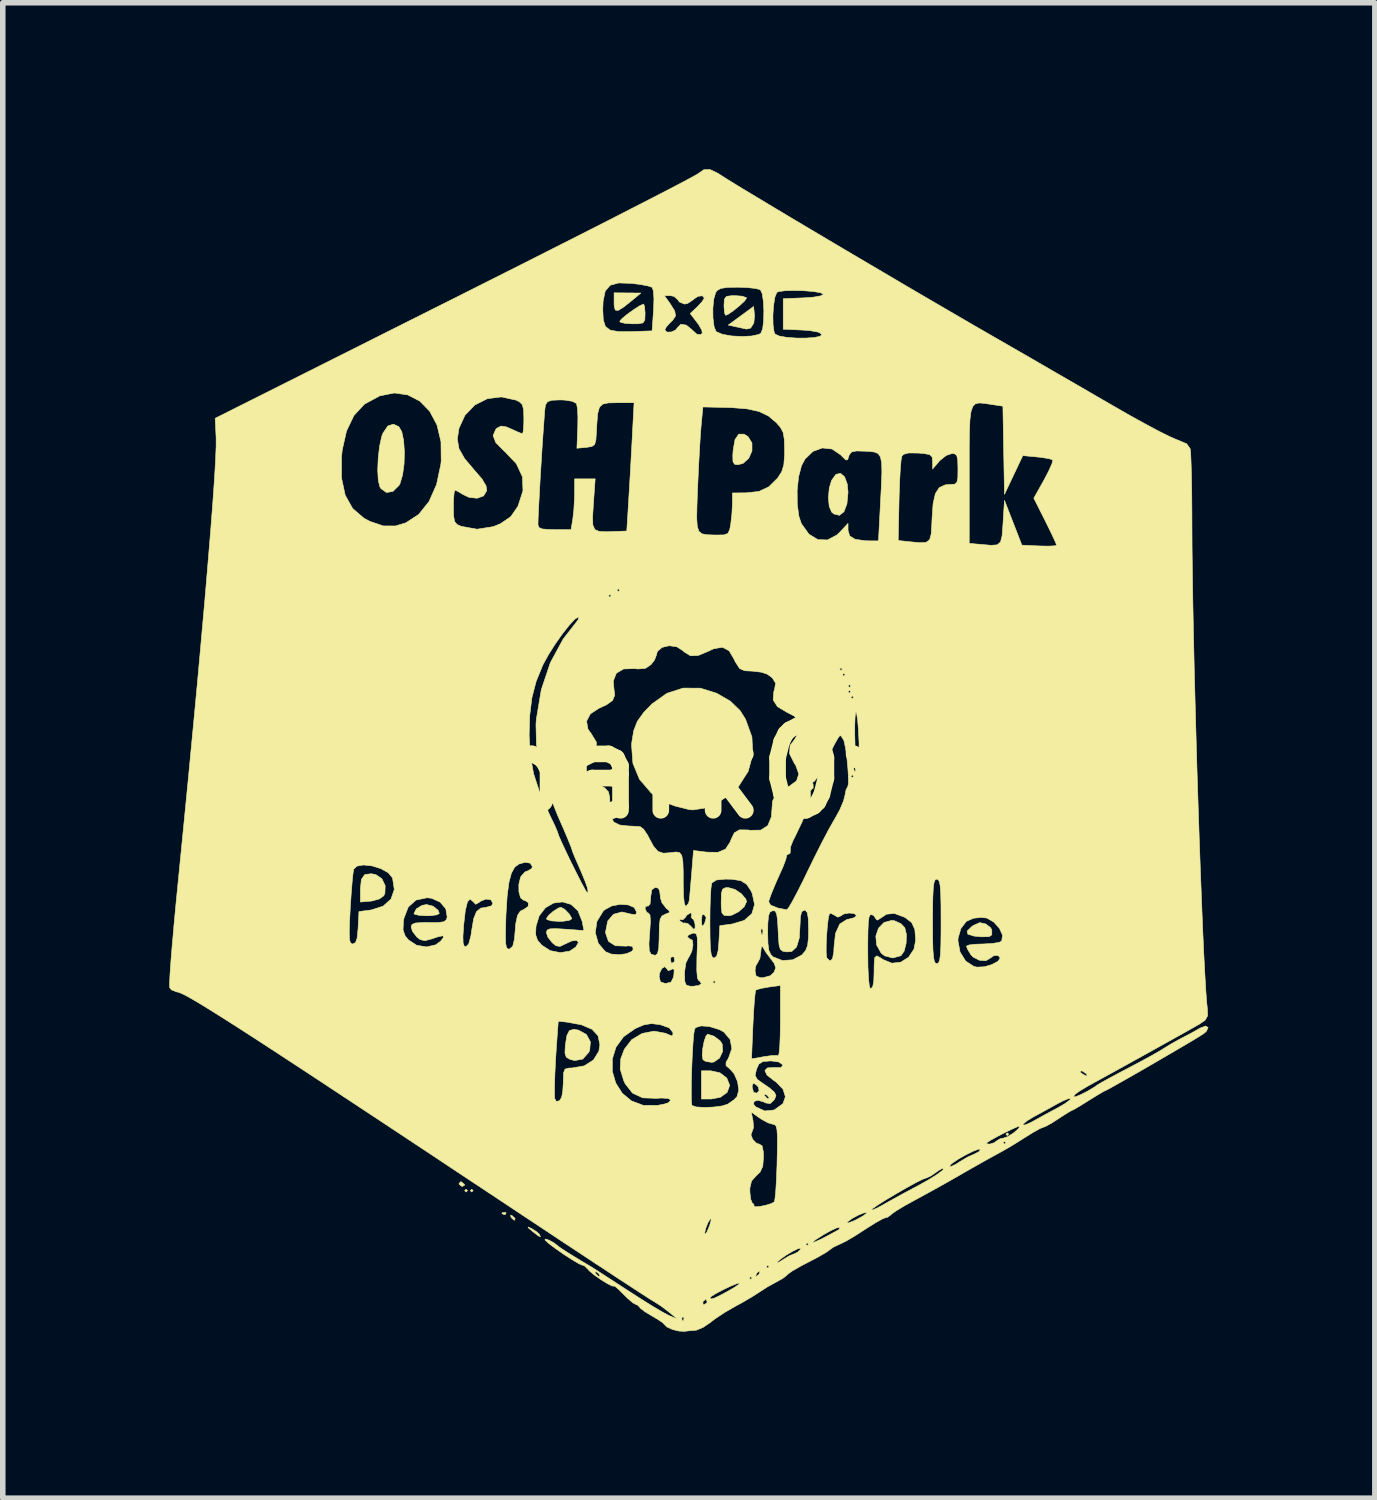
<source format=kicad_pcb>
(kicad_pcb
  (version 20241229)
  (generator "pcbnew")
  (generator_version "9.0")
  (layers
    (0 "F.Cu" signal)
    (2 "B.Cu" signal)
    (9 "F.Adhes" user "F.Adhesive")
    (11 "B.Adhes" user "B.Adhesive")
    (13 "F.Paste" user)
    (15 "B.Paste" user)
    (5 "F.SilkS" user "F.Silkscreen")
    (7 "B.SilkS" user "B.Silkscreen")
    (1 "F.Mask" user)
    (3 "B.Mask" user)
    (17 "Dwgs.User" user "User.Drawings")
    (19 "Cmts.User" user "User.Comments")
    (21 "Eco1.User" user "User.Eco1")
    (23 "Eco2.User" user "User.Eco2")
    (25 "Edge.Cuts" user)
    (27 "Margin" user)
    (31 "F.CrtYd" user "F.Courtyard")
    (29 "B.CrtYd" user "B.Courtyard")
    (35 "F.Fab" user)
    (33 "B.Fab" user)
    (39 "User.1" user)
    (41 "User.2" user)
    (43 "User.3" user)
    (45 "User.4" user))
  (footprint "oshpark0x0c"
    (layer "F.Cu")
    (at 8.931 10.863)
    (property "Reference" "oshpark0x0c" (at 0 0 0) (layer "F.SilkS") (effects (font (size 1.524 1.524) (thickness 0.3))))
    (attr through_hole)
    (fp_poly (pts (xy -3.556 7.544) (xy -3.581 7.569) (xy -3.607 7.544) (xy -3.581 7.518) (xy -3.556 7.544)) (stroke (width 0.01) (type solid)) (fill yes) (layer "F.SilkS"))
    (fp_poly (pts (xy -3.454 7.544) (xy -3.48 7.569) (xy -3.505 7.544) (xy -3.48 7.518) (xy -3.454 7.544)) (stroke (width 0.01) (type solid)) (fill yes) (layer "F.SilkS"))
    (fp_poly (pts (xy 6.198 6.528) (xy 6.172 6.553) (xy 6.147 6.528) (xy 6.172 6.502) (xy 6.198 6.528)) (stroke (width 0.01) (type solid)) (fill yes) (layer "F.SilkS"))
    (fp_poly (pts (xy -2.862 7.942) (xy -2.869 7.972) (xy -2.896 7.976) (xy -2.937 7.957) (xy -2.929 7.942) (xy -2.869 7.936) (xy -2.862 7.942)) (stroke (width 0.01) (type solid)) (fill yes) (layer "F.SilkS"))
    (fp_poly (pts (xy -2.751 7.996) (xy -2.697 8.047) (xy -2.708 8.077) (xy -2.715 8.077) (xy -2.758 8.041) (xy -2.773 8.019) (xy -2.779 7.984) (xy -2.751 7.996)) (stroke (width 0.01) (type solid)) (fill yes) (layer "F.SilkS"))
    (fp_poly (pts (xy -3.658 7.391) (xy -3.609 7.437) (xy -3.607 7.445) (xy -3.646 7.467) (xy -3.658 7.468) (xy -3.706 7.429) (xy -3.708 7.414) (xy -3.677 7.383) (xy -3.658 7.391)) (stroke (width 0.01) (type solid)) (fill yes) (layer "F.SilkS"))
    (fp_poly (pts (xy -2.403 8.226) (xy -2.304 8.289) (xy -2.26 8.331) (xy -2.241 8.376) (xy -2.282 8.358) (xy -2.388 8.276) (xy -2.464 8.211) (xy -2.462 8.2) (xy -2.403 8.226)) (stroke (width 0.01) (type solid)) (fill yes) (layer "F.SilkS"))
    (fp_poly (pts (xy 1.617 -8.226) (xy 1.604 -8.09) (xy 1.546 -8) (xy 1.473 -7.982) (xy 1.41 -7.996) (xy 1.295 -8.021) (xy 1.143 -8.055) (xy 1.6 -8.39) (xy 1.617 -8.226)) (stroke (width 0.01) (type solid)) (fill yes) (layer "F.SilkS"))
    (fp_poly (pts (xy -0.673 -8.634) (xy -0.432 -8.632) (xy -0.584 -8.505) (xy -0.743 -8.378) (xy -0.841 -8.318) (xy -0.893 -8.325) (xy -0.912 -8.395) (xy -0.914 -8.456) (xy -0.914 -8.636) (xy -0.673 -8.634)) (stroke (width 0.01) (type solid)) (fill yes) (layer "F.SilkS"))
    (fp_poly (pts (xy 0.994 5.421) (xy 1.116 5.514) (xy 1.168 5.642) (xy 1.168 5.652) (xy 1.123 5.774) (xy 1.002 5.861) (xy 0.835 5.893) (xy 0.66 5.893) (xy 0.66 5.385) (xy 0.83 5.385) (xy 0.994 5.421)) (stroke (width 0.01) (type solid)) (fill yes) (layer "F.SilkS"))
    (fp_poly (pts (xy -4.174 2.419) (xy -4.085 2.492) (xy -4.064 2.55) (xy -4.109 2.574) (xy -4.224 2.589) (xy -4.293 2.591) (xy -4.429 2.583) (xy -4.511 2.562) (xy -4.521 2.55) (xy -4.478 2.466) (xy -4.375 2.403) (xy -4.293 2.388) (xy -4.174 2.419)) (stroke (width 0.01) (type solid)) (fill yes) (layer "F.SilkS"))
    (fp_poly (pts (xy -5.208 1.849) (xy -5.099 1.923) (xy -5.039 2.049) (xy -5.045 2.187) (xy -5.065 2.23) (xy -5.146 2.288) (xy -5.28 2.325) (xy -5.301 2.327) (xy -5.486 2.343) (xy -5.486 2.11) (xy -5.469 1.937) (xy -5.408 1.848) (xy -5.291 1.833) (xy -5.208 1.849)) (stroke (width 0.01) (type solid)) (fill yes) (layer "F.SilkS"))
    (fp_poly (pts (xy 1.501 -6.043) (xy 1.571 -5.929) (xy 1.571 -5.788) (xy 1.513 -5.654) (xy 1.409 -5.561) (xy 1.313 -5.537) (xy 1.255 -5.548) (xy 1.228 -5.596) (xy 1.225 -5.706) (xy 1.232 -5.804) (xy 1.266 -5.993) (xy 1.333 -6.089) (xy 1.429 -6.089) (xy 1.501 -6.043)) (stroke (width 0.01) (type solid)) (fill yes) (layer "F.SilkS"))
    (fp_poly (pts (xy -1.804 2.475) (xy -1.726 2.554) (xy -1.679 2.632) (xy -1.676 2.645) (xy -1.722 2.673) (xy -1.837 2.69) (xy -1.905 2.692) (xy -2.041 2.683) (xy -2.123 2.659) (xy -2.134 2.644) (xy -2.096 2.585) (xy -2.01 2.51) (xy -1.917 2.452) (xy -1.872 2.438) (xy -1.804 2.475)) (stroke (width 0.01) (type solid)) (fill yes) (layer "F.SilkS"))
    (fp_poly (pts (xy 0.887 4.761) (xy 0.996 4.844) (xy 1.034 4.901) (xy 1.043 5.034) (xy 0.986 5.155) (xy 0.885 5.226) (xy 0.842 5.232) (xy 0.735 5.215) (xy 0.688 5.185) (xy 0.674 5.106) (xy 0.684 4.982) (xy 0.709 4.852) (xy 0.743 4.754) (xy 0.772 4.724) (xy 0.887 4.761)) (stroke (width 0.01) (type solid)) (fill yes) (layer "F.SilkS"))
    (fp_poly (pts (xy 3.239 -5.321) (xy 3.288 -5.189) (xy 3.302 -5.041) (xy 3.282 -4.831) (xy 3.228 -4.69) (xy 3.147 -4.626) (xy 3.048 -4.65) (xy 3.007 -4.684) (xy 2.963 -4.785) (xy 2.948 -4.943) (xy 2.964 -5.117) (xy 3.005 -5.255) (xy 3.084 -5.364) (xy 3.166 -5.383) (xy 3.239 -5.321)) (stroke (width 0.01) (type solid)) (fill yes) (layer "F.SilkS"))
    (fp_poly (pts (xy 5.779 2.737) (xy 5.788 2.741) (xy 5.87 2.804) (xy 5.893 2.847) (xy 5.893 2.931) (xy 5.893 2.934) (xy 5.846 2.967) (xy 5.702 2.97) (xy 5.575 2.957) (xy 5.462 2.924) (xy 5.448 2.867) (xy 5.532 2.785) (xy 5.559 2.766) (xy 5.675 2.714) (xy 5.779 2.737)) (stroke (width 0.01) (type solid)) (fill yes) (layer "F.SilkS"))
    (fp_poly (pts (xy -1.553 4.652) (xy -1.412 4.731) (xy -1.341 4.862) (xy -1.354 5.016) (xy -1.37 5.051) (xy -1.478 5.173) (xy -1.624 5.2) (xy -1.71 5.178) (xy -1.776 5.138) (xy -1.8 5.064) (xy -1.793 4.924) (xy -1.792 4.919) (xy -1.764 4.747) (xy -1.719 4.659) (xy -1.639 4.637) (xy -1.553 4.652)) (stroke (width 0.01) (type solid)) (fill yes) (layer "F.SilkS"))
    (fp_poly (pts (xy 1.397 -8.575) (xy 1.468 -8.55) (xy 1.473 -8.54) (xy 1.437 -8.488) (xy 1.348 -8.405) (xy 1.24 -8.317) (xy 1.143 -8.25) (xy 1.096 -8.23) (xy 1.077 -8.274) (xy 1.067 -8.384) (xy 1.067 -8.407) (xy 1.073 -8.521) (xy 1.111 -8.572) (xy 1.21 -8.585) (xy 1.27 -8.585) (xy 1.397 -8.575)) (stroke (width 0.01) (type solid)) (fill yes) (layer "F.SilkS"))
    (fp_poly (pts (xy 4.136 2.679) (xy 4.258 2.735) (xy 4.325 2.807) (xy 4.355 2.931) (xy 4.349 3.085) (xy 4.314 3.226) (xy 4.256 3.31) (xy 4.11 3.351) (xy 3.961 3.313) (xy 3.899 3.264) (xy 3.816 3.115) (xy 3.803 2.956) (xy 3.852 2.813) (xy 3.951 2.711) (xy 4.09 2.674) (xy 4.136 2.679)) (stroke (width 0.01) (type solid)) (fill yes) (layer "F.SilkS"))
    (fp_poly (pts (xy -0.365 -8.388) (xy -0.356 -8.278) (xy -0.356 -8.255) (xy -0.36 -8.146) (xy -0.394 -8.094) (xy -0.482 -8.078) (xy -0.584 -8.077) (xy -0.721 -8.086) (xy -0.802 -8.108) (xy -0.813 -8.121) (xy -0.775 -8.168) (xy -0.681 -8.246) (xy -0.564 -8.331) (xy -0.455 -8.401) (xy -0.385 -8.433) (xy -0.382 -8.433) (xy -0.365 -8.388)) (stroke (width 0.01) (type solid)) (fill yes) (layer "F.SilkS"))
    (fp_poly (pts (xy 1.262 2.115) (xy 1.38 2.194) (xy 1.46 2.289) (xy 1.473 2.337) (xy 1.431 2.428) (xy 1.329 2.519) (xy 1.205 2.581) (xy 1.143 2.591) (xy 1.068 2.583) (xy 1.03 2.541) (xy 1.017 2.439) (xy 1.016 2.337) (xy 1.02 2.186) (xy 1.041 2.111) (xy 1.092 2.085) (xy 1.143 2.083) (xy 1.262 2.115)) (stroke (width 0.01) (type solid)) (fill yes) (layer "F.SilkS"))
    (fp_poly (pts (xy -4.793 -6.223) (xy -4.74 -6.132) (xy -4.707 -5.971) (xy -4.693 -5.768) (xy -4.699 -5.552) (xy -4.726 -5.353) (xy -4.772 -5.199) (xy -4.791 -5.164) (xy -4.9 -5.057) (xy -5.016 -5.037) (xy -5.115 -5.107) (xy -5.135 -5.139) (xy -5.164 -5.257) (xy -5.174 -5.44) (xy -5.165 -5.654) (xy -5.141 -5.866) (xy -5.104 -6.041) (xy -5.08 -6.106) (xy -4.991 -6.237) (xy -4.891 -6.269) (xy -4.793 -6.223)) (stroke (width 0.01) (type solid)) (fill yes) (layer "F.SilkS"))
    (fp_poly (pts (xy 0.641 -1.511) (xy 0.933 -1.42) (xy 1.181 -1.277) (xy 1.356 -1.108) (xy 1.455 -0.951) (xy 1.57 -0.632) (xy 1.585 -0.316) (xy 1.503 -0.013) (xy 1.328 0.261) (xy 1.148 0.427) (xy 0.931 0.562) (xy 0.707 0.652) (xy 0.504 0.683) (xy 0.432 0.675) (xy 0.187 0.614) (xy 0.01 0.549) (xy -0.132 0.467) (xy -0.245 0.377) (xy -0.457 0.13) (xy -0.575 -0.157) (xy -0.599 -0.482) (xy -0.596 -0.528) (xy -0.561 -0.744) (xy -0.495 -0.913) (xy -0.381 -1.073) (xy -0.229 -1.229) (xy 0.037 -1.418) (xy 0.332 -1.513) (xy 0.641 -1.511)) (stroke (width 0.01) (type solid)) (fill yes) (layer "F.SilkS"))
    (fp_poly (pts (xy 0.955 -10.791) (xy 1.017 -10.751) (xy 1.124 -10.683) (xy 1.308 -10.569) (xy 1.56 -10.417) (xy 1.869 -10.231) (xy 2.226 -10.017) (xy 2.62 -9.783) (xy 3.041 -9.533) (xy 3.479 -9.274) (xy 3.924 -9.012) (xy 4.365 -8.752) (xy 4.794 -8.501) (xy 5.199 -8.265) (xy 5.57 -8.049) (xy 5.766 -7.936) (xy 6.167 -7.705) (xy 6.594 -7.459) (xy 7.025 -7.209) (xy 7.436 -6.972) (xy 7.805 -6.758) (xy 8.097 -6.589) (xy 8.39 -6.421) (xy 8.666 -6.269) (xy 8.907 -6.14) (xy 9.099 -6.045) (xy 9.224 -5.99) (xy 9.248 -5.982) (xy 9.406 -5.914) (xy 9.469 -5.824) (xy 9.477 -5.745) (xy 9.484 -5.579) (xy 9.491 -5.342) (xy 9.496 -5.048) (xy 9.499 -4.714) (xy 9.5 -4.445) (xy 9.502 -4.045) (xy 9.508 -3.581) (xy 9.516 -3.066) (xy 9.527 -2.507) (xy 9.54 -1.915) (xy 9.556 -1.3) (xy 9.573 -0.672) (xy 9.591 -0.04) (xy 9.611 0.585) (xy 9.631 1.194) (xy 9.652 1.777) (xy 9.673 2.324) (xy 9.693 2.825) (xy 9.713 3.271) (xy 9.733 3.651) (xy 9.751 3.955) (xy 9.768 4.175) (xy 9.778 4.267) (xy 9.782 4.393) (xy 9.737 4.473) (xy 9.638 4.541) (xy 9.537 4.599) (xy 9.365 4.696) (xy 9.139 4.822) (xy 8.877 4.968) (xy 8.598 5.123) (xy 8.318 5.278) (xy 8.055 5.423) (xy 7.838 5.542) (xy 7.619 5.663) (xy 7.477 5.748) (xy 7.397 5.805) (xy 7.367 5.844) (xy 7.366 5.853) (xy 7.404 5.852) (xy 7.499 5.813) (xy 7.62 5.751) (xy 7.737 5.681) (xy 7.798 5.638) (xy 7.861 5.6) (xy 7.995 5.526) (xy 8.177 5.428) (xy 8.356 5.334) (xy 8.575 5.218) (xy 8.772 5.111) (xy 8.922 5.025) (xy 8.991 4.982) (xy 9.118 4.904) (xy 9.28 4.813) (xy 9.331 4.787) (xy 9.484 4.707) (xy 9.614 4.634) (xy 9.646 4.615) (xy 9.748 4.577) (xy 9.791 4.605) (xy 9.759 4.674) (xy 9.708 4.717) (xy 9.626 4.769) (xy 9.479 4.858) (xy 9.284 4.973) (xy 9.058 5.105) (xy 8.817 5.246) (xy 8.576 5.385) (xy 8.353 5.513) (xy 8.163 5.62) (xy 8.023 5.699) (xy 7.948 5.738) (xy 7.941 5.74) (xy 7.891 5.766) (xy 7.78 5.832) (xy 7.642 5.918) (xy 7.496 6.009) (xy 7.388 6.073) (xy 7.342 6.096) (xy 7.291 6.122) (xy 7.184 6.189) (xy 7.094 6.248) (xy 6.96 6.334) (xy 6.858 6.389) (xy 6.824 6.401) (xy 6.76 6.426) (xy 6.641 6.493) (xy 6.522 6.566) (xy 6.353 6.673) (xy 6.219 6.755) (xy 6.079 6.835) (xy 5.893 6.937) (xy 5.767 7.007) (xy 5.586 7.109) (xy 5.381 7.226) (xy 5.309 7.268) (xy 5.06 7.41) (xy 4.779 7.566) (xy 4.523 7.706) (xy 4.496 7.72) (xy 4.314 7.821) (xy 4.17 7.908) (xy 4.086 7.967) (xy 4.072 7.982) (xy 4.014 8.024) (xy 3.993 8.026) (xy 3.923 8.053) (xy 3.796 8.124) (xy 3.635 8.225) (xy 3.598 8.249) (xy 3.425 8.361) (xy 3.272 8.451) (xy 3.167 8.503) (xy 3.157 8.507) (xy 3.039 8.562) (xy 2.985 8.601) (xy 2.904 8.659) (xy 2.769 8.737) (xy 2.692 8.778) (xy 2.456 8.901) (xy 2.299 8.991) (xy 2.212 9.053) (xy 2.19 9.076) (xy 2.126 9.126) (xy 2.013 9.189) (xy 2.007 9.192) (xy 1.854 9.276) (xy 1.702 9.374) (xy 1.571 9.458) (xy 1.395 9.561) (xy 1.27 9.629) (xy 1.086 9.735) (xy 0.911 9.85) (xy 0.824 9.917) (xy 0.693 10.007) (xy 0.572 10.058) (xy 0.544 10.062) (xy 0.417 10.072) (xy 0.356 10.08) (xy 0.253 10.075) (xy 0.14 10.047) (xy 0.04 10.002) (xy 0 9.964) (xy -0.041 9.922) (xy -0.145 9.853) (xy -0.229 9.804) (xy -0.359 9.726) (xy -0.441 9.663) (xy -0.457 9.64) (xy -0.497 9.603) (xy -0.511 9.601) (xy -0.575 9.567) (xy -0.677 9.479) (xy -0.74 9.416) (xy -0.839 9.318) (xy -0.902 9.266) (xy -0.914 9.265) (xy -0.95 9.263) (xy -1.04 9.217) (xy -1.156 9.145) (xy -1.271 9.064) (xy -1.341 9.006) (xy -1.262 9.006) (xy -1.249 9.035) (xy -1.198 9.089) (xy -1.169 9.078) (xy -1.168 9.071) (xy -1.204 9.028) (xy -1.227 9.012) (xy -1.262 9.006) (xy -1.341 9.006) (xy -1.358 8.992) (xy -1.387 8.959) (xy -1.451 8.897) (xy -1.479 8.89) (xy -1.546 8.862) (xy -1.667 8.791) (xy -1.816 8.695) (xy -1.965 8.591) (xy -2.088 8.499) (xy -2.157 8.435) (xy -2.161 8.429) (xy -2.148 8.415) (xy -2.082 8.439) (xy -2 8.484) (xy -1.935 8.534) (xy -1.93 8.539) (xy -1.87 8.583) (xy -1.731 8.673) (xy -1.522 8.801) (xy -1.33 8.915) (xy -1.257 8.961) (xy -1.118 9.051) (xy -0.931 9.172) (xy -0.714 9.313) (xy -0.66 9.348) (xy -0.432 9.495) (xy -0.222 9.626) (xy -0.05 9.728) (xy 0.063 9.789) (xy 0.076 9.795) (xy 0.229 9.86) (xy 0.223 9.855) (xy 0.305 9.855) (xy 0.323 9.897) (xy 0.339 9.889) (xy 0.345 9.829) (xy 0.339 9.821) (xy 0.308 9.828) (xy 0.305 9.855) (xy 0.223 9.855) (xy 0.076 9.733) (xy -0.061 9.629) (xy -0.182 9.55) (xy 0.686 9.55) (xy 0.69 9.597) (xy 0.708 9.601) (xy 0.76 9.564) (xy 0.762 9.55) (xy 0.745 9.501) (xy 0.74 9.5) (xy 0.696 9.535) (xy 0.686 9.55) (xy -0.182 9.55) (xy -0.192 9.544) (xy -0.203 9.538) (xy -0.269 9.498) (xy -0.304 9.475) (xy 0.813 9.475) (xy 0.83 9.497) (xy 0.894 9.481) (xy 1.019 9.42) (xy 1.124 9.364) (xy 1.255 9.288) (xy 1.337 9.23) (xy 1.352 9.209) (xy 1.3 9.219) (xy 1.192 9.263) (xy 1.057 9.327) (xy 0.929 9.394) (xy 0.838 9.45) (xy 0.813 9.475) (xy -0.304 9.475) (xy -0.41 9.407) (xy -0.62 9.27) (xy -0.851 9.119) (xy 1.524 9.119) (xy 1.549 9.144) (xy 1.575 9.119) (xy 1.549 9.093) (xy 1.524 9.119) (xy -0.851 9.119) (xy -0.89 9.093) (xy -0.895 9.09) (xy 1.638 9.09) (xy 1.645 9.093) (xy 1.691 9.057) (xy 1.702 9.042) (xy 1.715 8.995) (xy 1.708 8.992) (xy 1.661 9.027) (xy 1.651 9.042) (xy 1.638 9.09) (xy -0.895 9.09) (xy -1.16 8.915) (xy 1.829 8.915) (xy 1.854 8.941) (xy 1.88 8.915) (xy 1.854 8.89) (xy 1.829 8.915) (xy -1.16 8.915) (xy -1.212 8.882) (xy -1.257 8.852) (xy 2.019 8.852) (xy 2.076 8.823) (xy 2.116 8.796) (xy 2.232 8.725) (xy 2.316 8.688) (xy 2.326 8.687) (xy 2.395 8.652) (xy 2.442 8.606) (xy 2.448 8.578) (xy 2.393 8.594) (xy 2.299 8.64) (xy 2.19 8.705) (xy 2.089 8.776) (xy 2.032 8.826) (xy 2.019 8.852) (xy -1.257 8.852) (xy -1.578 8.64) (xy -1.776 8.509) (xy 2.54 8.509) (xy 2.565 8.534) (xy 2.591 8.509) (xy 2.565 8.484) (xy 2.54 8.509) (xy -1.776 8.509) (xy -1.83 8.474) (xy 2.663 8.474) (xy 2.691 8.474) (xy 2.803 8.425) (xy 2.911 8.369) (xy 3.04 8.3) (xy 3.127 8.252) (xy 3.145 8.242) (xy 3.144 8.207) (xy 3.092 8.218) (xy 2.98 8.271) (xy 2.869 8.333) (xy 2.721 8.426) (xy 2.663 8.474) (xy -1.83 8.474) (xy -1.979 8.375) (xy -2.084 8.305) (xy 0.719 8.305) (xy 0.728 8.331) (xy 0.759 8.289) (xy 0.803 8.184) (xy 0.809 8.167) (xy 0.822 8.121) (xy 3.281 8.121) (xy 3.304 8.127) (xy 3.394 8.094) (xy 3.458 8.064) (xy 3.575 7.999) (xy 3.636 7.952) (xy 3.639 7.94) (xy 3.584 7.946) (xy 3.482 7.988) (xy 3.373 8.048) (xy 3.294 8.105) (xy 3.281 8.121) (xy 0.822 8.121) (xy 0.835 8.073) (xy 0.827 8.047) (xy 0.82 8.053) (xy 0.776 8.125) (xy 0.738 8.223) (xy 0.719 8.305) (xy -2.084 8.305) (xy -2.407 8.091) (xy -2.667 7.919) (xy -2.714 7.887) (xy 3.726 7.887) (xy 3.746 7.893) (xy 3.833 7.854) (xy 3.918 7.808) (xy 4.065 7.725) (xy 4.268 7.613) (xy 4.489 7.494) (xy 4.571 7.451) (xy 4.759 7.346) (xy 4.91 7.251) (xy 5.003 7.181) (xy 5.022 7.158) (xy 5.003 7.142) (xy 4.929 7.184) (xy 4.903 7.204) (xy 4.795 7.279) (xy 4.717 7.315) (xy 4.711 7.315) (xy 4.645 7.34) (xy 4.516 7.405) (xy 4.347 7.498) (xy 4.163 7.604) (xy 3.985 7.71) (xy 3.838 7.803) (xy 3.745 7.868) (xy 3.726 7.887) (xy -2.714 7.887) (xy -3.302 7.497) (xy 1.533 7.497) (xy 1.533 7.572) (xy 1.548 7.699) (xy 1.576 7.768) (xy 1.586 7.772) (xy 1.61 7.803) (xy 1.604 7.818) (xy 1.627 7.835) (xy 1.711 7.83) (xy 1.822 7.807) (xy 1.922 7.776) (xy 1.973 7.747) (xy 1.986 7.687) (xy 2 7.544) (xy 2.012 7.34) (xy 2.021 7.109) (xy 5.128 7.109) (xy 5.165 7.107) (xy 5.246 7.068) (xy 5.326 7.017) (xy 5.46 6.937) (xy 5.575 6.887) (xy 5.664 6.84) (xy 5.69 6.799) (xy 5.651 6.797) (xy 5.554 6.835) (xy 5.426 6.898) (xy 5.294 6.973) (xy 5.187 7.045) (xy 5.159 7.068) (xy 5.128 7.109) (xy 2.021 7.109) (xy 2.022 7.093) (xy 2.023 7.032) (xy 2.029 6.755) (xy 2.029 6.686) (xy 5.795 6.686) (xy 5.817 6.703) (xy 5.856 6.706) (xy 5.938 6.68) (xy 6.096 6.68) (xy 6.121 6.706) (xy 6.147 6.68) (xy 6.121 6.655) (xy 6.096 6.68) (xy 5.938 6.68) (xy 5.946 6.678) (xy 5.969 6.655) (xy 6.042 6.609) (xy 6.086 6.602) (xy 6.175 6.573) (xy 6.282 6.507) (xy 6.37 6.432) (xy 6.401 6.381) (xy 6.361 6.39) (xy 6.26 6.435) (xy 6.125 6.5) (xy 5.985 6.573) (xy 5.866 6.639) (xy 5.798 6.684) (xy 5.795 6.686) (xy 2.029 6.686) (xy 2.029 6.565) (xy 2.021 6.445) (xy 2.005 6.38) (xy 1.983 6.359) (xy 6.452 6.359) (xy 6.49 6.361) (xy 6.588 6.32) (xy 6.642 6.291) (xy 6.806 6.2) (xy 6.997 6.096) (xy 7.074 6.056) (xy 7.208 5.978) (xy 7.296 5.913) (xy 7.315 5.887) (xy 7.276 5.885) (xy 7.174 5.927) (xy 7.074 5.979) (xy 6.892 6.08) (xy 6.71 6.18) (xy 6.642 6.216) (xy 6.525 6.288) (xy 6.458 6.345) (xy 6.452 6.359) (xy 1.983 6.359) (xy 1.978 6.353) (xy 1.955 6.35) (xy 1.859 6.322) (xy 1.734 6.253) (xy 1.714 6.239) (xy 1.558 6.128) (xy 1.59 6.288) (xy 1.599 6.407) (xy 1.575 6.477) (xy 1.573 6.478) (xy 1.552 6.539) (xy 1.586 6.623) (xy 1.653 6.69) (xy 1.704 6.706) (xy 1.753 6.737) (xy 1.775 6.842) (xy 1.778 6.94) (xy 1.766 7.104) (xy 1.718 7.209) (xy 1.651 7.273) (xy 1.563 7.37) (xy 1.533 7.497) (xy -3.302 7.497) (xy -3.514 7.357) (xy -4.28 6.848) (xy -4.969 6.392) (xy -5.586 5.984) (xy -6.056 5.674) (xy -1.988 5.674) (xy -1.988 5.842) (xy -1.986 5.88) (xy -1.954 5.939) (xy -1.897 5.922) (xy -1.86 5.863) (xy -1.84 5.764) (xy -1.83 5.613) (xy -1.829 5.558) (xy -1.824 5.42) (xy -1.813 5.393) (xy -0.946 5.393) (xy -0.885 5.603) (xy -0.769 5.787) (xy -0.601 5.927) (xy -0.388 6.007) (xy -0.133 6.008) (xy -0.127 6.007) (xy -0.006 5.983) (xy 0.064 5.96) (xy 0.108 5.913) (xy 0.063 5.883) (xy -0.061 5.875) (xy -0.152 5.881) (xy -0.398 5.872) (xy -0.583 5.786) (xy -0.61 5.751) (xy 0.477 5.751) (xy 0.478 5.91) (xy 0.486 5.999) (xy 0.49 6.01) (xy 0.568 6.036) (xy 0.709 6.045) (xy 0.876 6.038) (xy 1.031 6.018) (xy 1.13 5.987) (xy 1.599 5.987) (xy 1.636 6.032) (xy 1.8 6.108) (xy 1.971 6.091) (xy 2.122 5.982) (xy 2.131 5.972) (xy 2.173 5.851) (xy 2.13 5.716) (xy 2.008 5.589) (xy 1.968 5.562) (xy 1.842 5.462) (xy 1.815 5.405) (xy 7.483 5.405) (xy 7.518 5.436) (xy 7.599 5.481) (xy 7.61 5.464) (xy 7.595 5.436) (xy 7.52 5.387) (xy 7.503 5.386) (xy 7.483 5.405) (xy 1.815 5.405) (xy 1.803 5.381) (xy 1.85 5.332) (xy 1.974 5.325) (xy 2.091 5.326) (xy 2.126 5.291) (xy 2.122 5.274) (xy 2.057 5.227) (xy 1.92 5.207) (xy 1.902 5.207) (xy 1.767 5.218) (xy 1.695 5.264) (xy 1.653 5.354) (xy 1.627 5.466) (xy 1.665 5.538) (xy 1.725 5.582) (xy 1.888 5.694) (xy 1.976 5.772) (xy 2.003 5.831) (xy 1.981 5.891) (xy 1.967 5.912) (xy 1.899 5.976) (xy 1.818 5.964) (xy 1.781 5.945) (xy 1.679 5.916) (xy 1.61 5.935) (xy 1.599 5.987) (xy 1.13 5.987) (xy 1.134 5.986) (xy 1.245 5.908) (xy 1.301 5.851) (xy 1.313 5.806) (xy 1.786 5.806) (xy 1.799 5.834) (xy 1.85 5.889) (xy 1.879 5.877) (xy 1.88 5.87) (xy 1.844 5.827) (xy 1.821 5.812) (xy 1.786 5.806) (xy 1.313 5.806) (xy 1.333 5.734) (xy 1.326 5.683) (xy 1.575 5.683) (xy 1.6 5.773) (xy 1.657 5.787) (xy 1.698 5.746) (xy 1.688 5.681) (xy 1.65 5.638) (xy 1.592 5.606) (xy 1.575 5.659) (xy 1.575 5.683) (xy 1.326 5.683) (xy 1.312 5.582) (xy 1.249 5.437) (xy 1.173 5.352) (xy 1.103 5.291) (xy 1.104 5.229) (xy 1.14 5.17) (xy 1.563 5.17) (xy 1.785 5.13) (xy 1.927 5.11) (xy 2.026 5.108) (xy 2.044 5.113) (xy 2.059 5.075) (xy 2.071 4.953) (xy 2.079 4.766) (xy 2.083 4.532) (xy 2.083 4.492) (xy 2.083 3.847) (xy 1.875 3.875) (xy 1.739 3.899) (xy 1.652 3.924) (xy 1.64 3.931) (xy 1.628 3.989) (xy 1.614 4.129) (xy 1.6 4.328) (xy 1.588 4.564) (xy 1.563 5.17) (xy 1.14 5.17) (xy 1.148 5.156) (xy 1.208 4.984) (xy 1.177 4.819) (xy 1.064 4.686) (xy 0.987 4.643) (xy 0.809 4.588) (xy 0.657 4.575) (xy 0.557 4.605) (xy 0.536 4.636) (xy 0.521 4.724) (xy 0.508 4.882) (xy 0.496 5.087) (xy 0.486 5.316) (xy 0.479 5.545) (xy 0.477 5.751) (xy -0.61 5.751) (xy -0.714 5.618) (xy -0.741 5.56) (xy -0.804 5.353) (xy -0.794 5.168) (xy -0.73 4.997) (xy -0.597 4.824) (xy -0.408 4.711) (xy -0.193 4.67) (xy 0.018 4.709) (xy 0.059 4.729) (xy 0.134 4.758) (xy 0.148 4.719) (xy 0.144 4.691) (xy 0.079 4.61) (xy -0.08 4.554) (xy -0.086 4.553) (xy -0.241 4.534) (xy -0.378 4.557) (xy -0.531 4.622) (xy -0.743 4.77) (xy -0.88 4.959) (xy -0.946 5.172) (xy -0.946 5.393) (xy -1.813 5.393) (xy -1.798 5.354) (xy -1.73 5.335) (xy -1.673 5.334) (xy -1.453 5.296) (xy -1.285 5.189) (xy -1.188 5.03) (xy -1.17 4.915) (xy -1.203 4.754) (xy -1.312 4.636) (xy -1.504 4.555) (xy -1.76 4.508) (xy -1.92 4.49) (xy -1.95 4.899) (xy -1.968 5.175) (xy -1.981 5.442) (xy -1.988 5.674) (xy -6.056 5.674) (xy -6.134 5.622) (xy -6.618 5.304) (xy -7.041 5.027) (xy -7.407 4.789) (xy -7.72 4.587) (xy -7.985 4.419) (xy -8.205 4.281) (xy -8.383 4.172) (xy -8.525 4.088) (xy -8.634 4.028) (xy -8.713 3.989) (xy -8.768 3.968) (xy -8.799 3.962) (xy -8.893 3.925) (xy -8.924 3.883) (xy -8.926 3.816) (xy -8.919 3.686) (xy -0.102 3.686) (xy -0.079 3.782) (xy 0.007 3.81) (xy 0.02 3.81) (xy 0.112 3.787) (xy 0.156 3.699) (xy 0.163 3.659) (xy 0.165 3.636) (xy 0.356 3.636) (xy 0.36 3.775) (xy 0.387 3.84) (xy 0.454 3.86) (xy 0.508 3.861) (xy 0.615 3.846) (xy 0.66 3.811) (xy 0.66 3.81) (xy 0.641 3.785) (xy 0.864 3.785) (xy 0.889 3.81) (xy 0.914 3.785) (xy 0.889 3.759) (xy 0.864 3.785) (xy 0.641 3.785) (xy 0.622 3.761) (xy 0.61 3.759) (xy 0.587 3.711) (xy 0.577 3.584) (xy 1.626 3.584) (xy 1.645 3.676) (xy 1.722 3.707) (xy 1.766 3.708) (xy 1.904 3.671) (xy 1.968 3.609) (xy 1.999 3.528) (xy 1.97 3.446) (xy 1.911 3.368) (xy 1.824 3.252) (xy 1.767 3.157) (xy 1.764 3.15) (xy 1.744 3.14) (xy 1.732 3.214) (xy 1.731 3.236) (xy 1.714 3.358) (xy 1.678 3.428) (xy 1.676 3.429) (xy 1.637 3.499) (xy 1.626 3.584) (xy 0.577 3.584) (xy 0.576 3.576) (xy 0.578 3.367) (xy 0.579 3.325) (xy 0.587 3.115) (xy 0.585 2.987) (xy 0.57 2.923) (xy 0.537 2.903) (xy 0.501 2.905) (xy 0.423 2.94) (xy 0.409 2.972) (xy 0.45 3.011) (xy 0.462 3.01) (xy 0.5 3.037) (xy 0.507 3.122) (xy 0.487 3.229) (xy 0.444 3.32) (xy 0.432 3.335) (xy 0.38 3.44) (xy 0.356 3.603) (xy 0.356 3.636) (xy 0.165 3.636) (xy 0.169 3.56) (xy 0.142 3.546) (xy 0.123 3.559) (xy 0.061 3.58) (xy 0.04 3.549) (xy -0.001 3.508) (xy -0.054 3.541) (xy -0.094 3.623) (xy -0.102 3.686) (xy -8.919 3.686) (xy -8.918 3.66) (xy -8.902 3.426) (xy -8.898 3.375) (xy 0.102 3.375) (xy 0.118 3.449) (xy 0.162 3.427) (xy 0.176 3.407) (xy 0.169 3.342) (xy 0.153 3.328) (xy 0.109 3.339) (xy 0.102 3.375) (xy -8.898 3.375) (xy -8.878 3.127) (xy -8.858 2.908) (xy -5.687 2.908) (xy -5.682 3.019) (xy -5.666 3.077) (xy -5.638 3.097) (xy -5.623 3.099) (xy -5.574 3.075) (xy -5.545 2.992) (xy -5.53 2.842) (xy -4.718 2.842) (xy -4.681 2.95) (xy -4.621 3.025) (xy -4.472 3.122) (xy -4.295 3.152) (xy -4.127 3.114) (xy -4.039 3.048) (xy -3.984 2.975) (xy -3.994 2.96) (xy -3.638 2.96) (xy -3.635 3.082) (xy -3.614 3.139) (xy -3.587 3.15) (xy -3.535 3.101) (xy -3.495 2.954) (xy -3.494 2.946) (xy -2.872 2.946) (xy -2.868 3.088) (xy -2.853 3.164) (xy -2.825 3.19) (xy -2.799 3.19) (xy -2.741 3.141) (xy -2.71 3.012) (xy -2.704 2.946) (xy -2.703 2.928) (xy -2.329 2.928) (xy -2.294 3.032) (xy -2.218 3.12) (xy -2.064 3.219) (xy -1.883 3.255) (xy -1.712 3.227) (xy -1.605 3.155) (xy -1.557 3.073) (xy -1.587 3.034) (xy -1.677 3.044) (xy -1.786 3.094) (xy -1.889 3.143) (xy -1.961 3.131) (xy -2.028 3.077) (xy -2.107 2.977) (xy -2.134 2.895) (xy -2.133 2.894) (xy -1.253 2.894) (xy -1.198 3.088) (xy -1.071 3.238) (xy -0.966 3.281) (xy -0.826 3.292) (xy -0.689 3.274) (xy -0.593 3.231) (xy -0.57 3.196) (xy -0.582 3.141) (xy -0.662 3.133) (xy -0.703 3.138) (xy -0.891 3.131) (xy -1.015 3.052) (xy -1.066 2.906) (xy -1.067 2.878) (xy -1.029 2.686) (xy -0.926 2.564) (xy -0.772 2.522) (xy -0.597 2.563) (xy -0.524 2.571) (xy -0.508 2.525) (xy -0.541 2.461) (xy -0.356 2.461) (xy -0.325 2.53) (xy -0.298 2.54) (xy -0.267 2.577) (xy -0.259 2.694) (xy -0.272 2.888) (xy -0.286 3.094) (xy -0.28 3.219) (xy -0.248 3.282) (xy -0.185 3.302) (xy -0.169 3.302) (xy -0.131 3.272) (xy -0.109 3.171) (xy -0.102 2.986) (xy -0.102 2.95) (xy -0.098 2.762) (xy -0.085 2.658) (xy 0.263 2.658) (xy 0.275 2.685) (xy 0.333 2.724) (xy 0.353 2.719) (xy 0.415 2.731) (xy 0.458 2.769) (xy 0.523 2.836) (xy 0.546 2.815) (xy 0.545 2.743) (xy 0.523 2.67) (xy 0.662 2.67) (xy 0.667 2.766) (xy 0.688 2.771) (xy 0.718 2.726) (xy 0.719 2.722) (xy 0.813 2.722) (xy 0.815 2.991) (xy 0.822 3.174) (xy 0.836 3.285) (xy 0.858 3.34) (xy 0.886 3.353) (xy 0.933 3.321) (xy 0.962 3.217) (xy 0.975 3.061) (xy 0.986 2.866) (xy 1.731 2.866) (xy 1.741 2.932) (xy 1.758 2.933) (xy 1.766 2.888) (xy 1.854 2.888) (xy 1.859 3.091) (xy 1.876 3.217) (xy 1.912 3.293) (xy 1.953 3.332) (xy 2.12 3.397) (xy 2.306 3.384) (xy 2.469 3.297) (xy 2.473 3.293) (xy 2.509 3.251) (xy 2.908 3.251) (xy 2.917 3.342) (xy 2.921 3.352) (xy 2.979 3.406) (xy 3.022 3.366) (xy 3.046 3.241) (xy 3.046 3.227) (xy 3.658 3.227) (xy 3.661 3.517) (xy 3.672 3.734) (xy 3.688 3.869) (xy 3.708 3.912) (xy 3.747 3.868) (xy 3.766 3.772) (xy 3.771 3.615) (xy 3.773 3.467) (xy 3.783 3.344) (xy 3.821 3.312) (xy 3.907 3.36) (xy 3.934 3.38) (xy 4.092 3.445) (xy 4.253 3.427) (xy 4.393 3.338) (xy 4.49 3.192) (xy 4.521 3.029) (xy 4.506 2.839) (xy 4.45 2.715) (xy 4.421 2.692) (xy 4.826 2.692) (xy 4.827 2.991) (xy 4.832 3.201) (xy 4.843 3.339) (xy 4.859 3.417) (xy 4.884 3.45) (xy 4.902 3.454) (xy 4.932 3.441) (xy 4.953 3.39) (xy 4.967 3.288) (xy 4.975 3.12) (xy 4.976 3.041) (xy 5.283 3.041) (xy 5.321 3.244) (xy 5.422 3.407) (xy 5.569 3.503) (xy 5.627 3.516) (xy 5.757 3.51) (xy 5.894 3.47) (xy 6.003 3.412) (xy 6.045 3.351) (xy 6.008 3.308) (xy 5.931 3.309) (xy 5.867 3.353) (xy 5.867 3.353) (xy 5.786 3.401) (xy 5.668 3.392) (xy 5.555 3.334) (xy 5.515 3.291) (xy 5.456 3.193) (xy 5.436 3.138) (xy 5.482 3.117) (xy 5.602 3.103) (xy 5.737 3.099) (xy 5.904 3.09) (xy 6.027 3.069) (xy 6.072 3.045) (xy 6.086 2.938) (xy 6.03 2.816) (xy 5.929 2.705) (xy 5.804 2.632) (xy 5.702 2.62) (xy 5.593 2.632) (xy 5.563 2.635) (xy 5.434 2.692) (xy 5.335 2.822) (xy 5.285 2.995) (xy 5.283 3.041) (xy 4.976 3.041) (xy 4.978 2.873) (xy 4.978 2.692) (xy 4.977 2.394) (xy 4.972 2.183) (xy 4.962 2.046) (xy 4.945 1.968) (xy 4.92 1.935) (xy 4.902 1.93) (xy 4.872 1.944) (xy 4.851 1.995) (xy 4.838 2.097) (xy 4.83 2.265) (xy 4.826 2.511) (xy 4.826 2.692) (xy 4.421 2.692) (xy 4.337 2.627) (xy 4.314 2.614) (xy 4.135 2.548) (xy 3.994 2.563) (xy 3.903 2.624) (xy 3.834 2.669) (xy 3.81 2.655) (xy 3.769 2.592) (xy 3.734 2.572) (xy 3.703 2.573) (xy 3.681 2.612) (xy 3.668 2.704) (xy 3.661 2.863) (xy 3.658 3.104) (xy 3.658 3.227) (xy 3.046 3.227) (xy 3.049 3.162) (xy 3.076 2.908) (xy 3.153 2.739) (xy 3.282 2.657) (xy 3.316 2.651) (xy 3.417 2.624) (xy 3.454 2.587) (xy 3.413 2.551) (xy 3.321 2.541) (xy 3.224 2.559) (xy 3.173 2.593) (xy 3.116 2.616) (xy 3.068 2.586) (xy 2.995 2.547) (xy 2.969 2.551) (xy 2.949 2.616) (xy 2.932 2.751) (xy 2.918 2.923) (xy 2.909 3.1) (xy 2.908 3.251) (xy 2.509 3.251) (xy 2.538 3.218) (xy 2.574 3.124) (xy 2.589 2.981) (xy 2.591 2.836) (xy 2.586 2.646) (xy 2.569 2.538) (xy 2.536 2.493) (xy 2.515 2.489) (xy 2.466 2.517) (xy 2.443 2.612) (xy 2.438 2.74) (xy 2.423 2.992) (xy 2.374 3.154) (xy 2.289 3.233) (xy 2.197 3.242) (xy 2.125 3.229) (xy 2.082 3.195) (xy 2.059 3.118) (xy 2.048 2.976) (xy 2.042 2.854) (xy 2.031 2.662) (xy 2.014 2.551) (xy 1.986 2.504) (xy 1.941 2.5) (xy 1.895 2.525) (xy 1.869 2.592) (xy 1.857 2.723) (xy 1.854 2.888) (xy 1.766 2.888) (xy 1.77 2.865) (xy 1.762 2.835) (xy 1.739 2.816) (xy 1.731 2.866) (xy 0.986 2.866) (xy 0.991 2.769) (xy 1.215 2.739) (xy 1.432 2.674) (xy 1.568 2.554) (xy 1.618 2.388) (xy 1.606 2.334) (xy 1.871 2.334) (xy 1.905 2.398) (xy 2.037 2.451) (xy 2.199 2.483) (xy 2.234 2.442) (xy 2.303 2.324) (xy 2.397 2.146) (xy 2.509 1.923) (xy 2.567 1.802) (xy 2.698 1.534) (xy 2.829 1.274) (xy 2.947 1.049) (xy 3.04 0.883) (xy 3.061 0.849) (xy 3.154 0.68) (xy 3.221 0.52) (xy 3.244 0.432) (xy 3.266 0.32) (xy 3.296 0.266) (xy 3.309 0.213) (xy 3.308 0.089) (xy 3.308 0.076) (xy 3.353 0.076) (xy 3.378 0.102) (xy 3.404 0.076) (xy 3.378 0.051) (xy 3.353 0.076) (xy 3.308 0.076) (xy 3.3 -0.051) (xy 3.404 -0.051) (xy 3.422 -0.009) (xy 3.437 -0.017) (xy 3.444 -0.077) (xy 3.437 -0.085) (xy 3.407 -0.078) (xy 3.404 -0.051) (xy 3.3 -0.051) (xy 3.298 -0.078) (xy 3.281 -0.259) (xy 3.258 -0.424) (xy 3.233 -0.546) (xy 3.225 -0.572) (xy 3.18 -0.645) (xy 3.157 -0.658) (xy 3.122 -0.614) (xy 3.057 -0.498) (xy 2.972 -0.331) (xy 2.923 -0.23) (xy 2.832 -0.047) (xy 2.753 0.091) (xy 2.698 0.165) (xy 2.683 0.172) (xy 2.663 0.187) (xy 2.673 0.226) (xy 2.674 0.293) (xy 2.652 0.305) (xy 2.621 0.345) (xy 2.626 0.403) (xy 2.618 0.507) (xy 2.564 0.68) (xy 2.471 0.905) (xy 2.347 1.165) (xy 2.31 1.236) (xy 2.266 1.35) (xy 2.262 1.425) (xy 2.263 1.427) (xy 2.255 1.47) (xy 2.238 1.473) (xy 2.193 1.5) (xy 2.194 1.511) (xy 2.18 1.578) (xy 2.135 1.696) (xy 2.122 1.727) (xy 1.995 2.011) (xy 1.911 2.215) (xy 1.871 2.334) (xy 1.606 2.334) (xy 1.575 2.189) (xy 1.551 2.137) (xy 1.474 2.023) (xy 1.372 1.959) (xy 1.216 1.933) (xy 1.093 1.93) (xy 0.93 1.946) (xy 0.85 1.997) (xy 0.844 2.011) (xy 0.832 2.091) (xy 0.822 2.249) (xy 0.815 2.464) (xy 0.813 2.713) (xy 0.813 2.722) (xy 0.719 2.722) (xy 0.746 2.626) (xy 0.716 2.576) (xy 0.676 2.562) (xy 0.662 2.637) (xy 0.662 2.67) (xy 0.523 2.67) (xy 0.521 2.66) (xy 0.494 2.642) (xy 0.474 2.61) (xy 0.483 2.591) (xy 0.478 2.544) (xy 0.459 2.54) (xy 0.394 2.581) (xy 0.374 2.616) (xy 0.323 2.665) (xy 0.292 2.659) (xy 0.263 2.658) (xy -0.085 2.658) (xy -0.084 2.651) (xy -0.052 2.594) (xy 0.005 2.564) (xy 0.009 2.562) (xy 0.087 2.531) (xy 0.072 2.493) (xy 0.028 2.459) (xy -0.052 2.355) (xy -0.077 2.275) (xy -0.092 2.15) (xy -0.114 2.096) (xy -0.157 2.083) (xy -0.178 2.083) (xy -0.234 2.121) (xy -0.254 2.242) (xy -0.254 2.264) (xy -0.266 2.379) (xy -0.298 2.416) (xy -0.305 2.413) (xy -0.348 2.425) (xy -0.356 2.461) (xy -0.541 2.461) (xy -0.551 2.442) (xy -0.659 2.395) (xy -0.804 2.385) (xy -0.955 2.413) (xy -1.082 2.481) (xy -1.108 2.504) (xy -1.223 2.691) (xy -1.253 2.894) (xy -2.133 2.894) (xy -2.121 2.849) (xy -2.07 2.826) (xy -1.957 2.823) (xy -1.796 2.832) (xy -1.458 2.857) (xy -1.491 2.686) (xy -1.566 2.5) (xy -1.69 2.386) (xy -1.843 2.341) (xy -2.003 2.361) (xy -2.151 2.446) (xy -2.264 2.592) (xy -2.321 2.778) (xy -2.329 2.928) (xy -2.703 2.928) (xy -2.685 2.725) (xy -2.655 2.586) (xy -2.605 2.508) (xy -2.535 2.473) (xy -2.462 2.422) (xy -2.459 2.354) (xy -2.525 2.313) (xy -2.544 2.311) (xy -2.599 2.268) (xy -2.629 2.16) (xy -2.631 2.026) (xy -2.601 1.9) (xy -2.592 1.882) (xy -2.519 1.8) (xy -2.462 1.778) (xy -2.396 1.737) (xy -2.388 1.702) (xy -2.426 1.642) (xy -2.519 1.628) (xy -2.628 1.658) (xy -2.704 1.714) (xy -2.764 1.82) (xy -2.809 1.988) (xy -2.841 2.231) (xy -2.862 2.56) (xy -2.867 2.72) (xy -2.872 2.946) (xy -3.494 2.946) (xy -3.481 2.857) (xy -3.445 2.645) (xy -3.394 2.516) (xy -3.317 2.453) (xy -3.22 2.438) (xy -3.122 2.411) (xy -3.099 2.362) (xy -3.137 2.301) (xy -3.225 2.29) (xy -3.323 2.33) (xy -3.345 2.349) (xy -3.408 2.384) (xy -3.454 2.337) (xy -3.51 2.289) (xy -3.557 2.341) (xy -3.595 2.495) (xy -3.624 2.749) (xy -3.625 2.756) (xy -3.638 2.96) (xy -3.994 2.96) (xy -4.001 2.951) (xy -4.097 2.972) (xy -4.198 3.007) (xy -4.323 3.04) (xy -4.408 3.02) (xy -4.469 2.973) (xy -4.546 2.874) (xy -4.572 2.794) (xy -4.556 2.747) (xy -4.495 2.721) (xy -4.365 2.713) (xy -4.255 2.713) (xy -4.079 2.712) (xy -3.981 2.698) (xy -3.936 2.663) (xy -3.922 2.612) (xy -3.947 2.465) (xy -4.049 2.345) (xy -4.203 2.275) (xy -4.287 2.266) (xy -4.484 2.308) (xy -4.623 2.433) (xy -4.702 2.637) (xy -4.71 2.687) (xy -4.718 2.842) (xy -5.53 2.842) (xy -5.528 2.828) (xy -5.527 2.807) (xy -5.512 2.515) (xy -5.288 2.485) (xy -5.076 2.417) (xy -4.935 2.29) (xy -4.875 2.117) (xy -4.906 1.914) (xy -4.908 1.907) (xy -4.985 1.815) (xy -5.117 1.741) (xy -5.275 1.692) (xy -5.43 1.675) (xy -5.551 1.697) (xy -5.605 1.75) (xy -5.619 1.827) (xy -5.635 1.983) (xy -5.652 2.196) (xy -5.668 2.444) (xy -5.669 2.461) (xy -5.683 2.727) (xy -5.687 2.908) (xy -8.858 2.908) (xy -8.847 2.774) (xy -8.81 2.379) (xy -8.769 1.966) (xy -8.674 1.006) (xy -8.584 0.085) (xy -8.513 -0.66) (xy -2.445 -0.66) (xy -2.426 -0.306) (xy -2.365 0.029) (xy -2.253 0.374) (xy -2.081 0.76) (xy -2.062 0.8) (xy -1.991 0.947) (xy -1.944 1.054) (xy -1.93 1.092) (xy -1.91 1.152) (xy -1.854 1.278) (xy -1.775 1.447) (xy -1.683 1.638) (xy -1.588 1.828) (xy -1.502 1.997) (xy -1.434 2.123) (xy -1.397 2.182) (xy -1.394 2.184) (xy -1.384 2.144) (xy -1.4 2.07) (xy -1.44 1.96) (xy -1.506 1.801) (xy -1.555 1.688) (xy -1.621 1.538) (xy -1.665 1.429) (xy -1.676 1.39) (xy -1.696 1.335) (xy -1.748 1.206) (xy -1.826 1.022) (xy -1.922 0.803) (xy -1.926 0.795) (xy -2.118 0.314) (xy -2.244 -0.103) (xy -1.413 -0.103) (xy -1.408 0.03) (xy -1.304 0.151) (xy -1.206 0.213) (xy -1.081 0.288) (xy -1.016 0.357) (xy -0.993 0.458) (xy -0.989 0.601) (xy -0.974 0.791) (xy -0.921 0.902) (xy -0.813 0.955) (xy -0.673 0.971) (xy -0.538 0.978) (xy -0.445 0.984) (xy -0.445 0.984) (xy -0.383 1.03) (xy -0.311 1.136) (xy -0.295 1.168) (xy -0.203 1.339) (xy -0.122 1.431) (xy -0.026 1.463) (xy 0.103 1.454) (xy 0.201 1.441) (xy 0.266 1.453) (xy 0.305 1.504) (xy 0.325 1.61) (xy 0.332 1.788) (xy 0.332 2.019) (xy 0.337 2.233) (xy 0.352 2.371) (xy 0.377 2.422) (xy 0.381 2.422) (xy 0.428 2.364) (xy 0.442 2.307) (xy 0.451 2.211) (xy 0.465 2.047) (xy 0.482 1.847) (xy 0.485 1.812) (xy 0.517 1.414) (xy 0.754 1.444) (xy 0.958 1.447) (xy 1.094 1.39) (xy 1.178 1.262) (xy 1.193 1.219) (xy 1.252 1.096) (xy 1.345 1.042) (xy 1.499 1.044) (xy 1.538 1.05) (xy 1.729 1.047) (xy 1.856 0.966) (xy 1.921 0.806) (xy 1.93 0.68) (xy 1.941 0.528) (xy 1.987 0.425) (xy 2.09 0.34) (xy 2.232 0.264) (xy 2.373 0.161) (xy 2.415 0.036) (xy 2.361 -0.116) (xy 2.334 -0.157) (xy 2.247 -0.331) (xy 2.258 -0.479) (xy 2.337 -0.584) (xy 2.389 -0.673) (xy 3.423 -0.673) (xy 3.429 -0.457) (xy 3.441 -0.285) (xy 3.457 -0.177) (xy 3.469 -0.152) (xy 3.488 -0.199) (xy 3.499 -0.323) (xy 3.501 -0.499) (xy 3.5 -0.546) (xy 3.49 -0.754) (xy 3.475 -0.937) (xy 3.456 -1.058) (xy 3.454 -1.067) (xy 3.44 -1.073) (xy 3.429 -0.993) (xy 3.423 -0.841) (xy 3.423 -0.673) (xy 2.389 -0.673) (xy 2.42 -0.724) (xy 2.427 -0.829) (xy 2.402 -0.934) (xy 2.329 -1.01) (xy 2.201 -1.076) (xy 2.03 -1.178) (xy 1.953 -1.298) (xy 1.957 -1.346) (xy 3.353 -1.346) (xy 3.378 -1.321) (xy 3.404 -1.346) (xy 3.378 -1.372) (xy 3.353 -1.346) (xy 1.957 -1.346) (xy 1.964 -1.448) (xy 3.302 -1.448) (xy 3.327 -1.422) (xy 3.353 -1.448) (xy 3.327 -1.473) (xy 3.302 -1.448) (xy 1.964 -1.448) (xy 1.964 -1.448) (xy 1.977 -1.487) (xy 1.988 -1.549) (xy 3.302 -1.549) (xy 3.327 -1.524) (xy 3.353 -1.549) (xy 3.327 -1.575) (xy 3.302 -1.549) (xy 1.988 -1.549) (xy 1.997 -1.601) (xy 1.941 -1.692) (xy 1.924 -1.708) (xy 1.86 -1.753) (xy 3.2 -1.753) (xy 3.226 -1.727) (xy 3.251 -1.753) (xy 3.226 -1.778) (xy 3.2 -1.753) (xy 1.86 -1.753) (xy 1.843 -1.765) (xy 1.738 -1.799) (xy 1.578 -1.818) (xy 1.441 -1.825) (xy 1.373 -1.854) (xy 3.15 -1.854) (xy 3.175 -1.829) (xy 3.2 -1.854) (xy 3.175 -1.88) (xy 3.15 -1.854) (xy 1.373 -1.854) (xy 1.347 -1.866) (xy 1.267 -1.991) (xy 1.253 -2.025) (xy 1.16 -2.184) (xy 1.04 -2.248) (xy 0.881 -2.222) (xy 0.79 -2.179) (xy 0.602 -2.1) (xy 0.462 -2.095) (xy 0.347 -2.166) (xy 0.33 -2.184) (xy 0.216 -2.257) (xy 0.079 -2.276) (xy -0.049 -2.246) (xy -0.135 -2.172) (xy -0.152 -2.106) (xy -0.186 -2.017) (xy -0.25 -1.935) (xy -0.348 -1.869) (xy -0.483 -1.857) (xy -0.549 -1.864) (xy -0.744 -1.857) (xy -0.874 -1.78) (xy -0.928 -1.641) (xy -0.918 -1.514) (xy -0.903 -1.384) (xy -0.941 -1.291) (xy -1.048 -1.213) (xy -1.187 -1.149) (xy -1.342 -1.047) (xy -1.41 -0.916) (xy -1.385 -0.773) (xy -1.327 -0.692) (xy -1.233 -0.538) (xy -1.241 -0.382) (xy -1.321 -0.254) (xy -1.413 -0.103) (xy -2.244 -0.103) (xy -2.246 -0.11) (xy -2.313 -0.495) (xy -2.322 -0.857) (xy -2.315 -0.953) (xy -2.226 -1.484) (xy -2.063 -1.97) (xy -1.831 -2.398) (xy -1.631 -2.654) (xy -1.563 -2.743) (xy -1.55 -2.791) (xy -1.558 -2.794) (xy -1.622 -2.754) (xy -1.722 -2.646) (xy -1.844 -2.492) (xy -1.972 -2.311) (xy -2.091 -2.124) (xy -2.186 -1.952) (xy -2.2 -1.925) (xy -2.319 -1.632) (xy -2.395 -1.341) (xy -2.435 -1.017) (xy -2.445 -0.66) (xy -8.513 -0.66) (xy -8.5 -0.793) (xy -8.422 -1.622) (xy -8.352 -2.397) (xy -8.288 -3.113) (xy -8.283 -3.175) (xy -1.016 -3.175) (xy -0.991 -3.15) (xy -0.965 -3.175) (xy -0.991 -3.2) (xy -1.016 -3.175) (xy -8.283 -3.175) (xy -8.274 -3.277) (xy -0.864 -3.277) (xy -0.838 -3.251) (xy -0.813 -3.277) (xy -0.838 -3.302) (xy -0.864 -3.277) (xy -8.274 -3.277) (xy -8.233 -3.765) (xy -8.185 -4.346) (xy -8.146 -4.853) (xy -8.116 -5.28) (xy -8.096 -5.621) (xy -8.094 -5.678) (xy -5.826 -5.678) (xy -5.826 -5.297) (xy -5.76 -4.989) (xy -5.626 -4.75) (xy -5.422 -4.574) (xy -5.313 -4.516) (xy -5.072 -4.435) (xy -4.855 -4.434) (xy -4.667 -4.491) (xy -4.436 -4.642) (xy -4.326 -4.779) (xy -3.81 -4.779) (xy -3.806 -4.61) (xy -3.788 -4.513) (xy -3.744 -4.461) (xy -3.67 -4.428) (xy -3.385 -4.376) (xy -3.092 -4.422) (xy -3.006 -4.457) (xy -2.286 -4.457) (xy -2.27 -4.407) (xy -2.207 -4.38) (xy -2.075 -4.37) (xy -1.988 -4.369) (xy -1.69 -4.369) (xy -1.658 -4.559) (xy -1.639 -4.728) (xy -1.628 -4.932) (xy -1.626 -5.016) (xy -1.626 -5.283) (xy -1.255 -5.283) (xy -1.287 -4.83) (xy -1.301 -4.599) (xy -1.297 -4.451) (xy -1.26 -4.369) (xy -1.179 -4.335) (xy -1.042 -4.33) (xy -0.94 -4.334) (xy -0.686 -4.343) (xy -0.671 -4.573) (xy 0.575 -4.573) (xy 0.585 -4.427) (xy 0.614 -4.338) (xy 0.669 -4.293) (xy 0.755 -4.276) (xy 0.878 -4.272) (xy 0.92 -4.271) (xy 1.064 -4.273) (xy 1.137 -4.299) (xy 1.17 -4.37) (xy 1.187 -4.458) (xy 1.209 -4.648) (xy 1.219 -4.838) (xy 1.219 -4.839) (xy 1.219 -5.029) (xy 1.46 -5.031) (xy 1.695 -5.056) (xy 1.741 -5.077) (xy 2.385 -5.077) (xy 2.387 -4.826) (xy 2.417 -4.606) (xy 2.46 -4.478) (xy 2.597 -4.287) (xy 2.758 -4.188) (xy 2.93 -4.182) (xy 3.101 -4.272) (xy 3.155 -4.323) (xy 3.302 -4.481) (xy 3.302 -4.355) (xy 3.332 -4.254) (xy 3.43 -4.194) (xy 3.609 -4.168) (xy 3.69 -4.166) (xy 3.85 -4.166) (xy 3.851 -4.172) (xy 4.206 -4.172) (xy 4.402 -4.151) (xy 4.59 -4.133) (xy 4.707 -4.138) (xy 4.772 -4.185) (xy 4.801 -4.291) (xy 4.812 -4.473) (xy 4.816 -4.57) (xy 4.835 -4.837) (xy 4.876 -5.018) (xy 4.946 -5.125) (xy 5.053 -5.175) (xy 5.139 -5.182) (xy 5.221 -5.187) (xy 5.264 -5.22) (xy 5.281 -5.305) (xy 5.283 -5.461) (xy 5.283 -5.471) (xy 5.486 -5.471) (xy 5.486 -5.357) (xy 5.486 -4.121) (xy 5.702 -4.101) (xy 5.881 -4.086) (xy 5.991 -4.094) (xy 6.05 -4.145) (xy 6.078 -4.255) (xy 6.093 -4.445) (xy 6.096 -4.493) (xy 6.121 -4.896) (xy 6.278 -4.493) (xy 6.435 -4.089) (xy 6.748 -4.074) (xy 6.911 -4.071) (xy 7.024 -4.076) (xy 7.061 -4.088) (xy 7.04 -4.143) (xy 6.983 -4.267) (xy 6.9 -4.437) (xy 6.856 -4.526) (xy 6.65 -4.935) (xy 6.835 -5.265) (xy 6.92 -5.428) (xy 6.976 -5.554) (xy 6.993 -5.621) (xy 6.991 -5.625) (xy 6.927 -5.646) (xy 6.798 -5.668) (xy 6.707 -5.678) (xy 6.452 -5.702) (xy 6.121 -5.004) (xy 6.107 -5.798) (xy 6.093 -6.593) (xy 5.875 -6.626) (xy 5.757 -6.644) (xy 5.666 -6.651) (xy 5.598 -6.636) (xy 5.55 -6.588) (xy 5.518 -6.496) (xy 5.499 -6.349) (xy 5.49 -6.137) (xy 5.486 -5.848) (xy 5.486 -5.471) (xy 5.283 -5.471) (xy 5.279 -5.622) (xy 5.261 -5.706) (xy 5.218 -5.737) (xy 5.175 -5.74) (xy 5.07 -5.704) (xy 4.958 -5.614) (xy 4.946 -5.601) (xy 4.826 -5.461) (xy 4.826 -5.596) (xy 4.818 -5.676) (xy 4.776 -5.719) (xy 4.675 -5.739) (xy 4.567 -5.748) (xy 4.396 -5.75) (xy 4.302 -5.725) (xy 4.271 -5.69) (xy 4.257 -5.613) (xy 4.244 -5.456) (xy 4.232 -5.238) (xy 4.223 -4.981) (xy 4.221 -4.893) (xy 4.206 -4.172) (xy 3.851 -4.172) (xy 3.886 -4.839) (xy 3.903 -5.165) (xy 3.912 -5.405) (xy 3.908 -5.57) (xy 3.887 -5.676) (xy 3.846 -5.737) (xy 3.78 -5.766) (xy 3.686 -5.777) (xy 3.615 -5.781) (xy 3.455 -5.786) (xy 3.369 -5.769) (xy 3.328 -5.725) (xy 3.317 -5.692) (xy 3.294 -5.626) (xy 3.259 -5.626) (xy 3.186 -5.698) (xy 3.171 -5.714) (xy 3.014 -5.821) (xy 2.839 -5.84) (xy 2.67 -5.778) (xy 2.528 -5.641) (xy 2.464 -5.523) (xy 2.411 -5.322) (xy 2.385 -5.077) (xy 1.741 -5.077) (xy 1.873 -5.139) (xy 2.032 -5.296) (xy 2.04 -5.307) (xy 2.108 -5.414) (xy 2.145 -5.537) (xy 2.158 -5.712) (xy 2.159 -5.799) (xy 2.154 -5.99) (xy 2.134 -6.115) (xy 2.086 -6.208) (xy 2.011 -6.295) (xy 1.868 -6.416) (xy 1.699 -6.497) (xy 1.481 -6.545) (xy 1.191 -6.568) (xy 1.104 -6.57) (xy 0.686 -6.579) (xy 0.653 -6.223) (xy 0.639 -6.04) (xy 0.624 -5.786) (xy 0.608 -5.491) (xy 0.594 -5.183) (xy 0.59 -5.097) (xy 0.579 -4.791) (xy 0.575 -4.573) (xy -0.671 -4.573) (xy -0.654 -4.851) (xy -0.638 -5.117) (xy -0.619 -5.438) (xy -0.601 -5.771) (xy -0.588 -6.007) (xy -0.554 -6.655) (xy -0.86 -6.655) (xy -1.018 -6.652) (xy -1.12 -6.63) (xy -1.179 -6.572) (xy -1.21 -6.458) (xy -1.225 -6.27) (xy -1.231 -6.147) (xy -1.242 -5.987) (xy -1.264 -5.902) (xy -1.316 -5.866) (xy -1.412 -5.851) (xy -1.414 -5.851) (xy -1.584 -5.835) (xy -1.569 -6.207) (xy -1.566 -6.398) (xy -1.574 -6.552) (xy -1.591 -6.639) (xy -1.592 -6.642) (xy -1.666 -6.681) (xy -1.809 -6.703) (xy -1.882 -6.706) (xy -2.034 -6.7) (xy -2.114 -6.674) (xy -2.149 -6.617) (xy -2.155 -6.591) (xy -2.164 -6.514) (xy -2.176 -6.354) (xy -2.192 -6.132) (xy -2.21 -5.867) (xy -2.228 -5.578) (xy -2.246 -5.285) (xy -2.261 -5.007) (xy -2.274 -4.764) (xy -2.283 -4.575) (xy -2.286 -4.459) (xy -2.286 -4.457) (xy -3.006 -4.457) (xy -2.965 -4.473) (xy -2.777 -4.601) (xy -2.649 -4.786) (xy -2.645 -4.794) (xy -2.556 -5.068) (xy -2.566 -5.321) (xy -2.676 -5.557) (xy -2.886 -5.777) (xy -2.898 -5.787) (xy -3.046 -5.936) (xy -3.095 -6.065) (xy -3.045 -6.177) (xy -3.02 -6.2) (xy -2.949 -6.235) (xy -2.856 -6.22) (xy -2.764 -6.18) (xy -2.645 -6.126) (xy -2.571 -6.097) (xy -2.564 -6.096) (xy -2.551 -6.142) (xy -2.542 -6.26) (xy -2.54 -6.369) (xy -2.545 -6.53) (xy -2.568 -6.621) (xy -2.623 -6.674) (xy -2.685 -6.703) (xy -2.946 -6.76) (xy -3.198 -6.728) (xy -3.424 -6.614) (xy -3.602 -6.429) (xy -3.71 -6.193) (xy -3.739 -6) (xy -3.709 -5.826) (xy -3.608 -5.648) (xy -3.442 -5.452) (xy -3.295 -5.282) (xy -3.221 -5.156) (xy -3.209 -5.071) (xy -3.266 -4.976) (xy -3.382 -4.934) (xy -3.528 -4.95) (xy -3.634 -5) (xy -3.731 -5.058) (xy -3.783 -5.08) (xy -3.797 -5.034) (xy -3.807 -4.914) (xy -3.81 -4.779) (xy -4.326 -4.779) (xy -4.249 -4.875) (xy -4.114 -5.18) (xy -4.036 -5.546) (xy -4.03 -5.604) (xy -4.034 -5.953) (xy -4.106 -6.255) (xy -4.237 -6.501) (xy -4.415 -6.684) (xy -4.632 -6.796) (xy -4.876 -6.831) (xy -5.137 -6.779) (xy -5.404 -6.634) (xy -5.418 -6.624) (xy -5.602 -6.426) (xy -5.736 -6.147) (xy -5.814 -5.801) (xy -5.826 -5.678) (xy -8.094 -5.678) (xy -8.086 -5.871) (xy -8.086 -6.02) (xy -8.103 -6.375) (xy -4.2 -8.334) (xy -1.118 -8.334) (xy -1.109 -8.149) (xy -1.071 -8.03) (xy -0.986 -7.964) (xy -0.836 -7.937) (xy -0.605 -7.937) (xy -0.584 -7.938) (xy -0.229 -7.95) (xy -0.203 -8.323) (xy -0.196 -8.526) (xy -0.2 -8.585) (xy -0.007 -8.585) (xy 0.098 -8.438) (xy 0.179 -8.308) (xy 0.194 -8.221) (xy 0.141 -8.14) (xy 0.102 -8.103) (xy 0.026 -8.02) (xy 0 -7.968) (xy 0.037 -7.928) (xy 0.117 -7.93) (xy 0.195 -7.966) (xy 0.222 -8.001) (xy 0.288 -8.07) (xy 0.387 -8.054) (xy 0.483 -7.976) (xy 0.577 -7.89) (xy 0.645 -7.883) (xy 0.675 -7.906) (xy 0.667 -7.962) (xy 0.61 -8.063) (xy 0.582 -8.1) (xy 0.458 -8.263) (xy 0.559 -8.358) (xy 0.866 -8.358) (xy 0.868 -8.183) (xy 0.887 -8.031) (xy 0.922 -7.94) (xy 0.927 -7.936) (xy 1.035 -7.889) (xy 1.201 -7.859) (xy 1.39 -7.849) (xy 1.567 -7.858) (xy 1.697 -7.887) (xy 1.732 -7.91) (xy 1.764 -7.991) (xy 1.781 -8.136) (xy 1.783 -8.231) (xy 1.948 -8.231) (xy 1.951 -8.06) (xy 1.969 -7.932) (xy 1.986 -7.893) (xy 2.059 -7.858) (xy 2.193 -7.834) (xy 2.36 -7.821) (xy 2.535 -7.82) (xy 2.69 -7.83) (xy 2.798 -7.852) (xy 2.833 -7.886) (xy 2.832 -7.887) (xy 2.769 -7.927) (xy 2.615 -7.955) (xy 2.472 -7.965) (xy 2.134 -7.98) (xy 2.134 -8.53) (xy 2.502 -8.545) (xy 2.688 -8.559) (xy 2.813 -8.582) (xy 2.858 -8.609) (xy 2.858 -8.611) (xy 2.805 -8.638) (xy 2.68 -8.659) (xy 2.513 -8.673) (xy 2.333 -8.678) (xy 2.171 -8.674) (xy 2.055 -8.659) (xy 2.019 -8.644) (xy 1.984 -8.559) (xy 1.96 -8.409) (xy 1.948 -8.231) (xy 1.783 -8.231) (xy 1.785 -8.311) (xy 1.776 -8.484) (xy 1.755 -8.622) (xy 1.721 -8.692) (xy 1.637 -8.714) (xy 1.485 -8.731) (xy 1.31 -8.737) (xy 1.12 -8.733) (xy 1.006 -8.714) (xy 0.942 -8.676) (xy 0.916 -8.639) (xy 0.882 -8.522) (xy 0.866 -8.358) (xy 0.559 -8.358) (xy 0.585 -8.382) (xy 0.67 -8.474) (xy 0.711 -8.539) (xy 0.711 -8.543) (xy 0.676 -8.583) (xy 0.597 -8.572) (xy 0.516 -8.518) (xy 0.508 -8.509) (xy 0.411 -8.444) (xy 0.355 -8.433) (xy 0.263 -8.47) (xy 0.236 -8.509) (xy 0.167 -8.571) (xy 0.1 -8.585) (xy -0.007 -8.585) (xy -0.2 -8.585) (xy -0.206 -8.671) (xy -0.229 -8.735) (xy -0.303 -8.76) (xy -0.446 -8.787) (xy -0.598 -8.806) (xy -0.831 -8.814) (xy -0.985 -8.772) (xy -1.074 -8.667) (xy -1.112 -8.485) (xy -1.118 -8.334) (xy -4.2 -8.334) (xy -3.8 -8.534) (xy -3.181 -8.846) (xy -2.586 -9.145) (xy -2.023 -9.43) (xy -1.497 -9.696) (xy -1.015 -9.941) (xy -0.584 -10.162) (xy -0.209 -10.354) (xy 0.102 -10.515) (xy 0.343 -10.641) (xy 0.508 -10.73) (xy 0.591 -10.777) (xy 0.598 -10.782) (xy 0.704 -10.855) (xy 0.814 -10.858) (xy 0.955 -10.791)) (stroke (width 0.01) (type solid)) (fill yes) (layer "F.SilkS")))
  (gr_rect
    (start -3 -3)
    (end 21.727 23.949)
    (stroke (width 0.1) (type default))
    (fill no)
    (layer "Edge.Cuts")))
</source>
